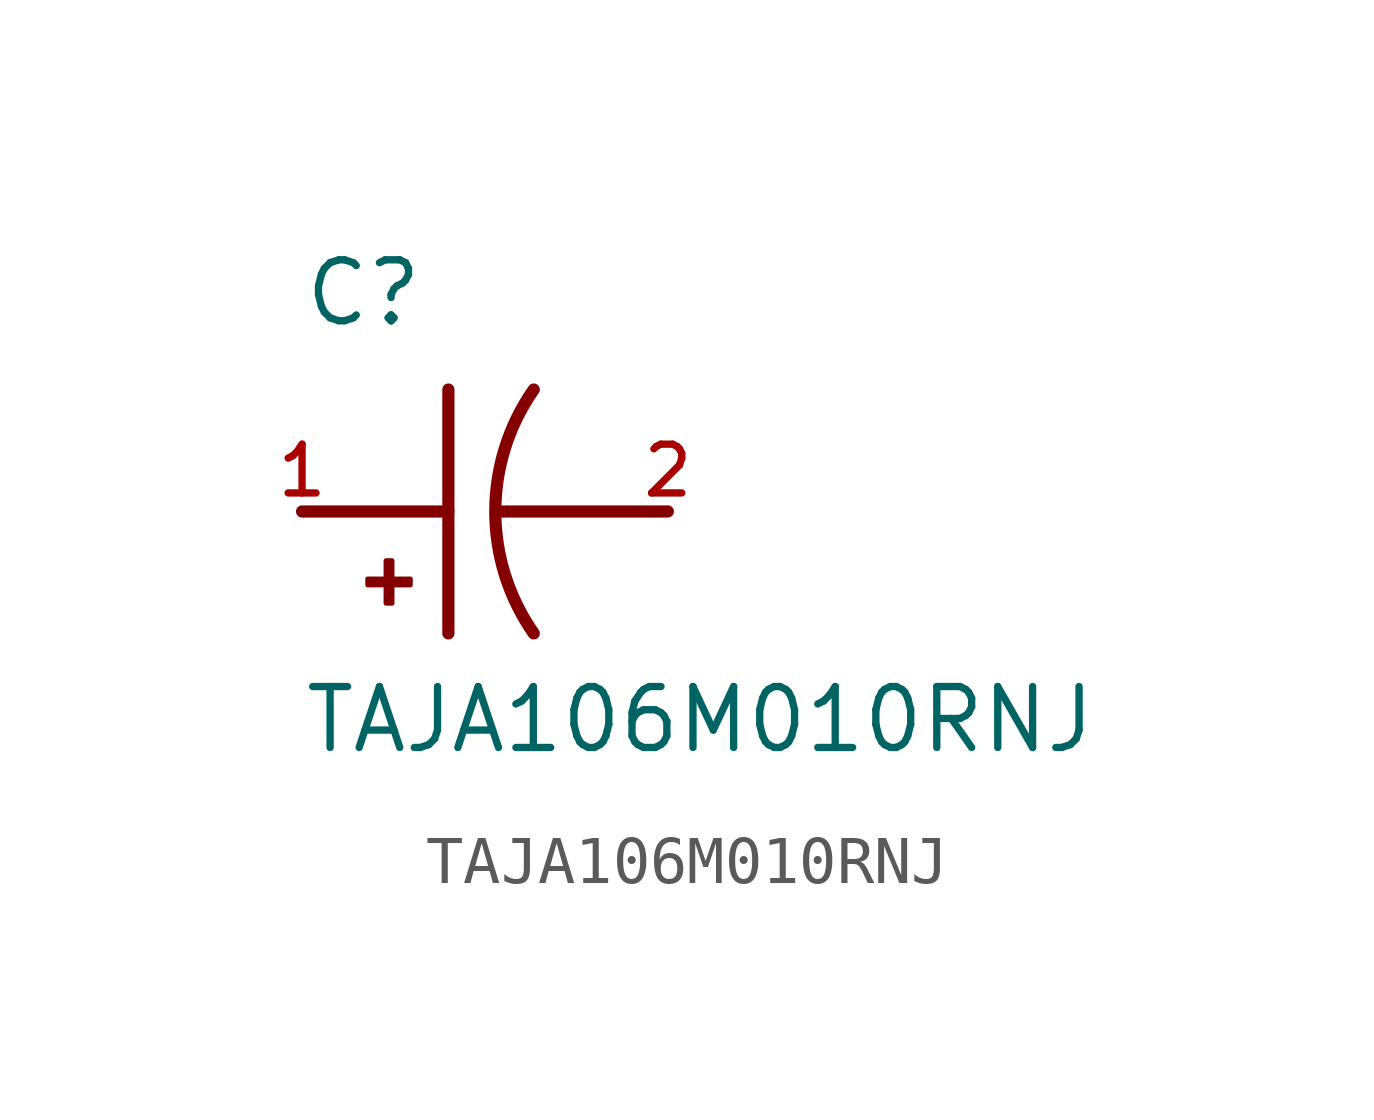
<source format=kicad_sym>
(kicad_symbol_lib
  (version 20211014)
  (generator kicad_symbol_editor)
  (symbol "TAJA106M010RNJ"
    (pin_names
      (offset 1.016))
    (property "Reference" "C"
      (at -5.08 3.81 0)
      (effects (font (size 1.27 1.27)) (justify bottom left)))
    (property "Value" "TAJA106M010RNJ"
      (at -5.08 -5.08 0)
      (effects (font (size 1.27 1.27)) (justify bottom left)))
    (symbol "TAJA106M010RNJ_0_0"
      (arc (start -0.254 -2.54) (mid -1.0549 -0.0) (end -0.254 2.54) (stroke (width 0.254) (type default) (color 0 0 0 0)) (fill (type none)))
      (polyline (pts (xy -1.016 0.0) (xy 2.54 0.0)) (stroke (width 0.254)))
      (polyline (pts (xy -5.08 0.0) (xy -2.032 0.0)) (stroke (width 0.254)))
      (polyline (pts (xy -2.032 2.54) (xy -2.032 -2.54)) (stroke (width 0.254)))
      (rectangle (start -3.713 -1.532) (end -2.824 -1.405) (stroke (width 0.1)) (fill (type outline)))
      (rectangle (start -3.332 -1.913) (end -3.205 -1.024) (stroke (width 0.1)) (fill (type outline)))
      (pin passive line (at -5.08 0.0 0) (length 0) (name "~" (effects (font (size 1.016 1.016)))) (number "1" (effects (font (size 1.016 1.016)))))
      (pin passive line (at 2.54 0.0 180.0) (length 0) (name "~" (effects (font (size 1.016 1.016)))) (number "2" (effects (font (size 1.016 1.016))))))))
</source>
